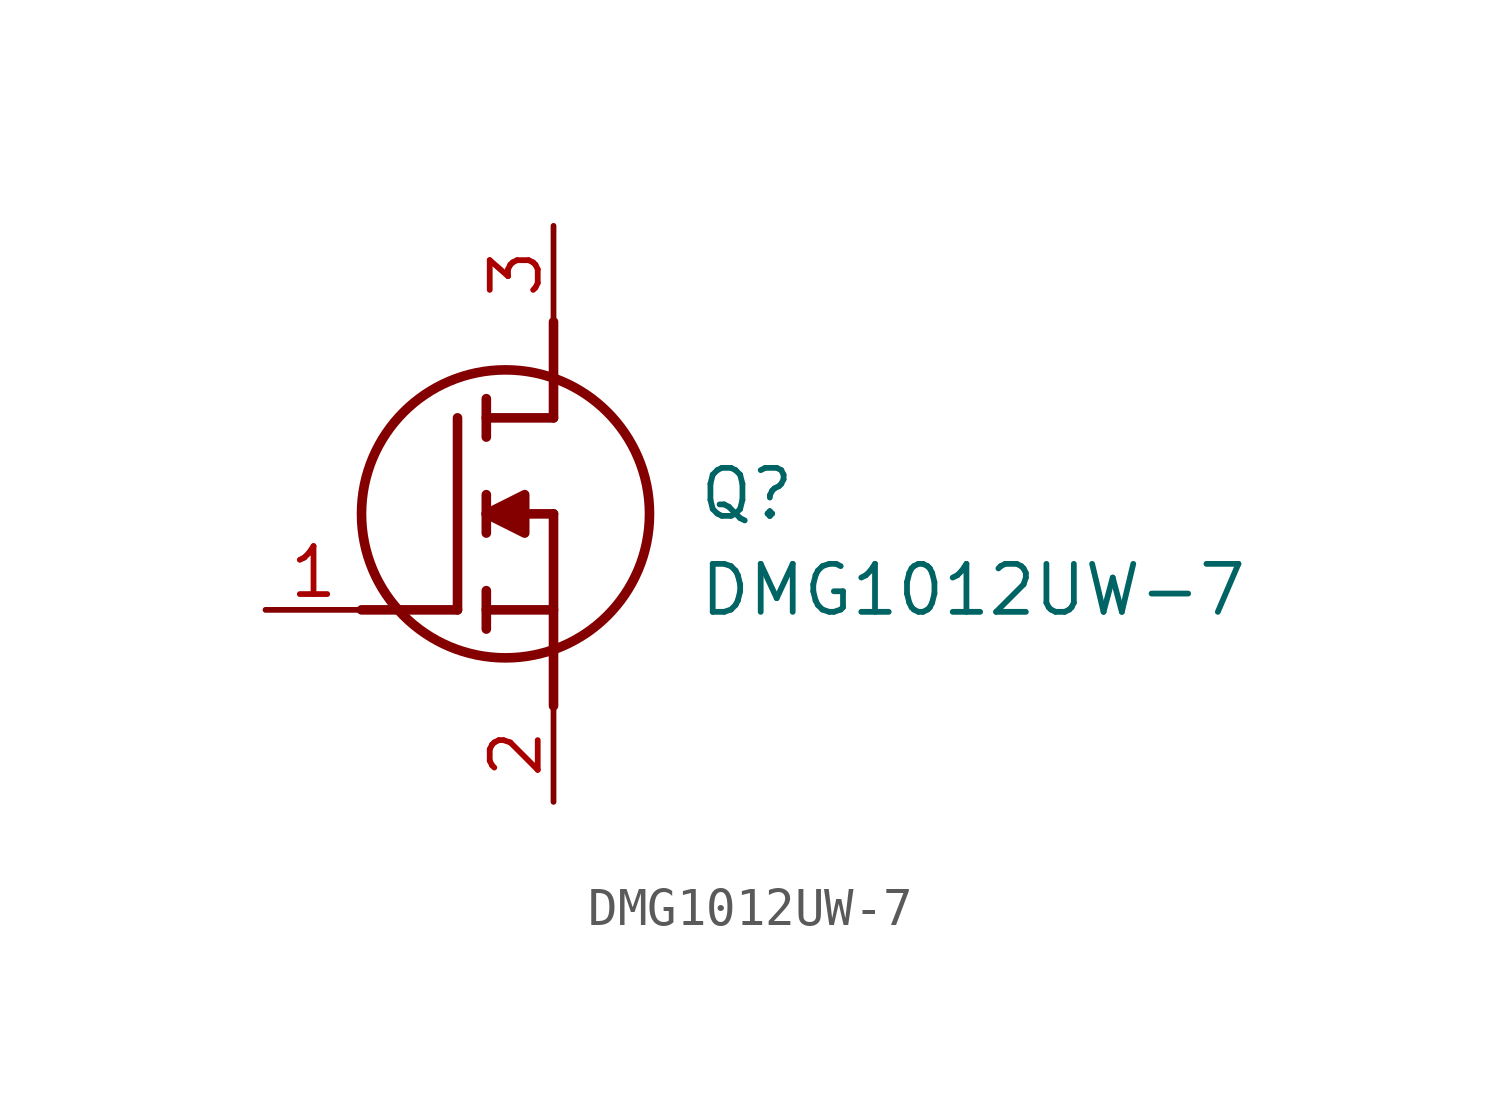
<source format=kicad_sym>
(kicad_symbol_lib
  (version 20211014)
  (generator SamacSys_ECAD_Model)
  (symbol "DMG1012UW-7"
    (pin_names hide)
    (property "Reference" "Q"
      (at 11.43 3.81 0)
      (effects (font (size 1.27 1.27)) (justify left top)))
    (property "Value" "DMG1012UW-7"
      (at 11.43 1.27 0)
      (effects (font (size 1.27 1.27)) (justify left top)))
    (polyline
      (pts (xy 7.62 2.54) (xy 7.62 -2.54))
      (stroke (width 0.254) (type default))
      (fill (type none)))
    (polyline
      (pts (xy 7.62 5.08) (xy 7.62 7.62))
      (stroke (width 0.254) (type default))
      (fill (type none)))
    (polyline
      (pts (xy 2.54 0) (xy 5.08 0))
      (stroke (width 0.254) (type default))
      (fill (type none)))
    (polyline
      (pts (xy 5.08 5.08) (xy 5.08 0))
      (stroke (width 0.254) (type default))
      (fill (type none)))
    (polyline
      (pts (xy 7.62 2.54) (xy 5.842 2.54))
      (stroke (width 0.254) (type default))
      (fill (type none)))
    (polyline
      (pts (xy 7.62 5.08) (xy 5.842 5.08))
      (stroke (width 0.254) (type default))
      (fill (type none)))
    (polyline
      (pts (xy 5.842 0) (xy 7.62 0))
      (stroke (width 0.254) (type default))
      (fill (type none)))
    (polyline
      (pts (xy 5.842 5.588) (xy 5.842 4.572))
      (stroke (width 0.254) (type default))
      (fill (type none)))
    (polyline
      (pts (xy 5.842 -0.508) (xy 5.842 0.508))
      (stroke (width 0.254) (type default))
      (fill (type none)))
    (polyline
      (pts (xy 5.842 2.032) (xy 5.842 3.048))
      (stroke (width 0.254) (type default))
      (fill (type none)))
    (circle
      (center 6.35 2.54)
      (radius 3.81)
      (stroke (width 0.254) (type default))
      (fill (type none)))
    (polyline
      (pts (xy 5.842 2.54) (xy 6.858 3.048) (xy 6.858 2.032) (xy 5.842 2.54))
      (stroke (width 0.254) (type default))
      (fill (type outline)))
    (pin passive line
      (at 0 0 0)
      (length 2.54)
      (name "G" (effects (font (size 1.27 1.27))))
      (number "1" (effects (font (size 1.27 1.27)))))
    (pin passive line
      (at 7.62 10.16 270)
      (length 2.54)
      (name "D" (effects (font (size 1.27 1.27))))
      (number "3" (effects (font (size 1.27 1.27)))))
    (pin passive line
      (at 7.62 -5.08 90)
      (length 2.54)
      (name "S" (effects (font (size 1.27 1.27))))
      (number "2" (effects (font (size 1.27 1.27)))))))
</source>
